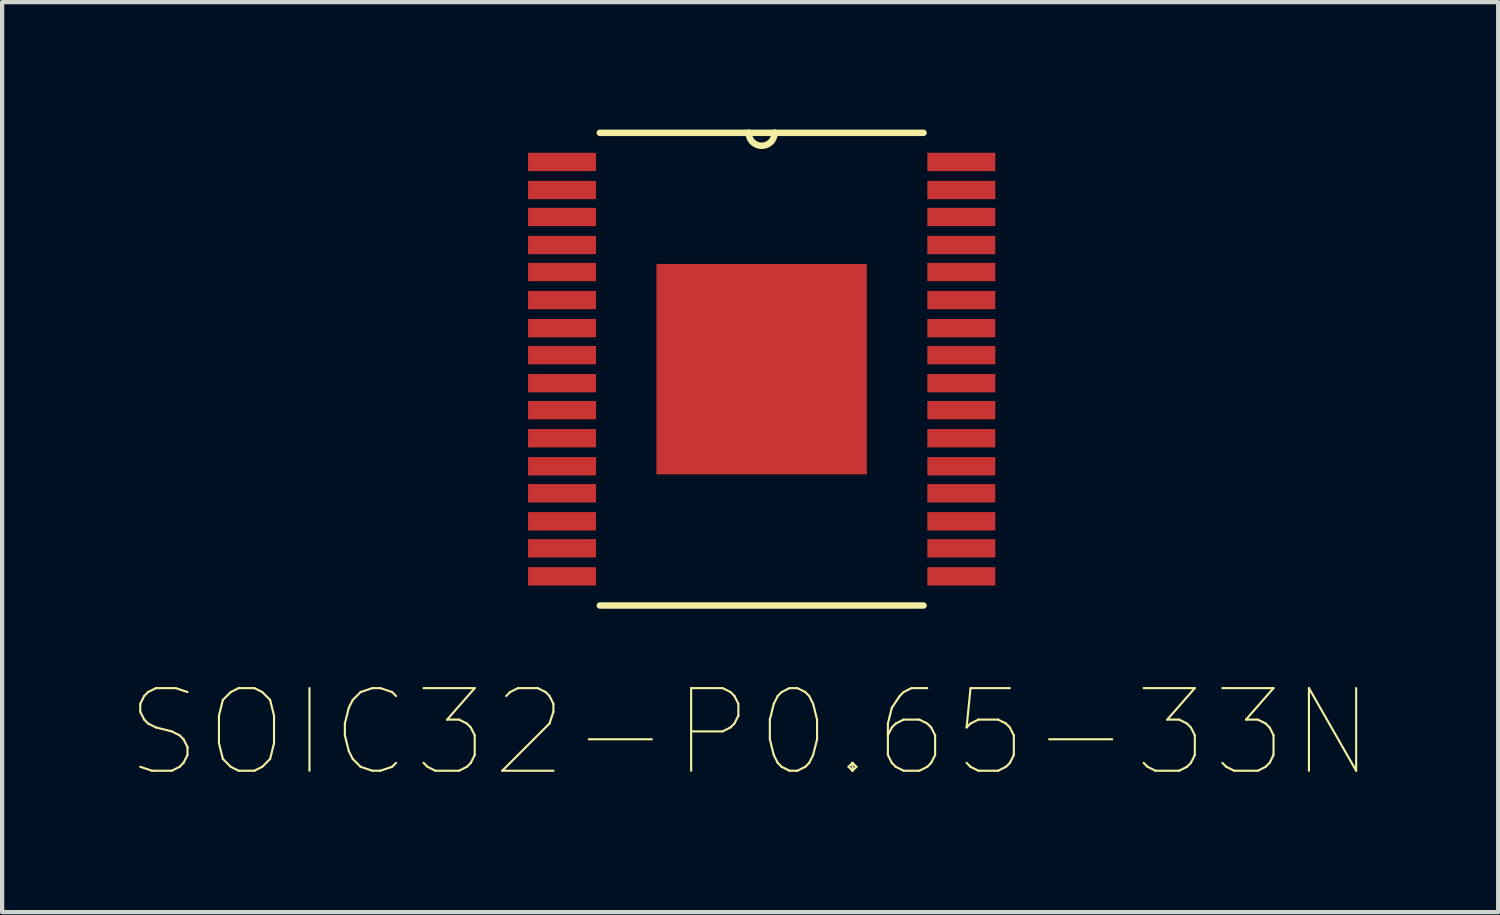
<source format=kicad_pcb>
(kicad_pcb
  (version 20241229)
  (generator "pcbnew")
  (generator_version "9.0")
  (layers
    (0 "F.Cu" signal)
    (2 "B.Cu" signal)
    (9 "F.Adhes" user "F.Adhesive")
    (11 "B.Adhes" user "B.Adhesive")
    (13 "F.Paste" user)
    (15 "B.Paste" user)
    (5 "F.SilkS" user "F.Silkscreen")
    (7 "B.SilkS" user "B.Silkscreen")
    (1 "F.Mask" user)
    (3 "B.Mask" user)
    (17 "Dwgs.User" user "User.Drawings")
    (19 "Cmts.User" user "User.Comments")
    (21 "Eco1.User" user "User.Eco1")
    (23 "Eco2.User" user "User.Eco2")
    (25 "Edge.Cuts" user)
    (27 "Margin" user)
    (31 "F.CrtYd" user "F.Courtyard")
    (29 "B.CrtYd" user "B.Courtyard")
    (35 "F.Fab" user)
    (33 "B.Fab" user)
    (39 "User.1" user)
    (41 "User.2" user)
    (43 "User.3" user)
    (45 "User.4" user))
  (footprint "SOIC32-P0.65-33N"
    (layer "F.Cu")
    (at 14.878 5.639)
    (property "Reference" "SOIC32-P0.65-33N" (at -0.271 8.555 0) (layer "F.SilkS") (effects (font (size 1.945 1.945) (thickness 0.05))))
    (attr smd)
    (fp_line (start -3.81 5.563) (end 3.81 5.563) (stroke (width 0.152) (type solid)) (layer "F.SilkS"))
    (fp_line (start -0.305 -5.563) (end -3.81 -5.563) (stroke (width 0.152) (type solid)) (layer "F.SilkS"))
    (fp_line (start 0.305 -5.563) (end -0.305 -5.563) (stroke (width 0.152) (type solid)) (layer "F.SilkS"))
    (fp_line (start 3.81 -5.563) (end 0.305 -5.563) (stroke (width 0.152) (type solid)) (layer "F.SilkS"))
    (fp_arc (start 0.3048 -5.5626) (mid 0 -5.2578) (end -0.3048 -5.5626) (stroke (width 0.1524) (type solid)) (layer "F.SilkS"))
    (fp_line (start -5.156 -5.055) (end -5.156 -4.674) (stroke (width 0.1) (type solid)) (layer "Eco2.User"))
    (fp_line (start -5.156 -4.674) (end -3.81 -4.674) (stroke (width 0.1) (type solid)) (layer "Eco2.User"))
    (fp_line (start -5.156 -4.42) (end -5.156 -4.039) (stroke (width 0.1) (type solid)) (layer "Eco2.User"))
    (fp_line (start -5.156 -4.039) (end -3.81 -4.039) (stroke (width 0.1) (type solid)) (layer "Eco2.User"))
    (fp_line (start -5.156 -3.759) (end -5.156 -3.378) (stroke (width 0.1) (type solid)) (layer "Eco2.User"))
    (fp_line (start -5.156 -3.378) (end -3.81 -3.378) (stroke (width 0.1) (type solid)) (layer "Eco2.User"))
    (fp_line (start -5.156 -3.124) (end -5.156 -2.743) (stroke (width 0.1) (type solid)) (layer "Eco2.User"))
    (fp_line (start -5.156 -2.743) (end -3.81 -2.743) (stroke (width 0.1) (type solid)) (layer "Eco2.User"))
    (fp_line (start -5.156 -2.464) (end -5.156 -2.083) (stroke (width 0.1) (type solid)) (layer "Eco2.User"))
    (fp_line (start -5.156 -2.083) (end -3.81 -2.083) (stroke (width 0.1) (type solid)) (layer "Eco2.User"))
    (fp_line (start -5.156 -1.803) (end -5.156 -1.422) (stroke (width 0.1) (type solid)) (layer "Eco2.User"))
    (fp_line (start -5.156 -1.422) (end -3.81 -1.422) (stroke (width 0.1) (type solid)) (layer "Eco2.User"))
    (fp_line (start -5.156 -1.168) (end -5.156 -0.787) (stroke (width 0.1) (type solid)) (layer "Eco2.User"))
    (fp_line (start -5.156 -0.787) (end -3.81 -0.787) (stroke (width 0.1) (type solid)) (layer "Eco2.User"))
    (fp_line (start -5.156 -0.508) (end -5.156 -0.127) (stroke (width 0.1) (type solid)) (layer "Eco2.User"))
    (fp_line (start -5.156 -0.127) (end -3.81 -0.127) (stroke (width 0.1) (type solid)) (layer "Eco2.User"))
    (fp_line (start -5.156 0.127) (end -5.156 0.508) (stroke (width 0.1) (type solid)) (layer "Eco2.User"))
    (fp_line (start -5.156 0.508) (end -3.81 0.508) (stroke (width 0.1) (type solid)) (layer "Eco2.User"))
    (fp_line (start -5.156 0.787) (end -5.156 1.168) (stroke (width 0.1) (type solid)) (layer "Eco2.User"))
    (fp_line (start -5.156 1.168) (end -3.81 1.168) (stroke (width 0.1) (type solid)) (layer "Eco2.User"))
    (fp_line (start -5.156 1.422) (end -5.156 1.803) (stroke (width 0.1) (type solid)) (layer "Eco2.User"))
    (fp_line (start -5.156 1.803) (end -3.81 1.803) (stroke (width 0.1) (type solid)) (layer "Eco2.User"))
    (fp_line (start -5.156 2.083) (end -5.156 2.464) (stroke (width 0.1) (type solid)) (layer "Eco2.User"))
    (fp_line (start -5.156 2.464) (end -3.81 2.464) (stroke (width 0.1) (type solid)) (layer "Eco2.User"))
    (fp_line (start -5.156 2.743) (end -5.156 3.124) (stroke (width 0.1) (type solid)) (layer "Eco2.User"))
    (fp_line (start -5.156 3.124) (end -3.81 3.124) (stroke (width 0.1) (type solid)) (layer "Eco2.User"))
    (fp_line (start -5.156 3.378) (end -5.156 3.759) (stroke (width 0.1) (type solid)) (layer "Eco2.User"))
    (fp_line (start -5.156 3.759) (end -3.81 3.759) (stroke (width 0.1) (type solid)) (layer "Eco2.User"))
    (fp_line (start -5.156 4.039) (end -5.156 4.42) (stroke (width 0.1) (type solid)) (layer "Eco2.User"))
    (fp_line (start -5.156 4.42) (end -3.81 4.42) (stroke (width 0.1) (type solid)) (layer "Eco2.User"))
    (fp_line (start -5.156 4.674) (end -5.156 5.055) (stroke (width 0.1) (type solid)) (layer "Eco2.User"))
    (fp_line (start -5.156 5.055) (end -3.81 5.055) (stroke (width 0.1) (type solid)) (layer "Eco2.User"))
    (fp_line (start -3.81 -5.563) (end -3.81 5.563) (stroke (width 0.1) (type solid)) (layer "Eco2.User"))
    (fp_line (start -3.81 -5.055) (end -5.156 -5.055) (stroke (width 0.1) (type solid)) (layer "Eco2.User"))
    (fp_line (start -3.81 -4.674) (end -3.81 -5.055) (stroke (width 0.1) (type solid)) (layer "Eco2.User"))
    (fp_line (start -3.81 -4.42) (end -5.156 -4.42) (stroke (width 0.1) (type solid)) (layer "Eco2.User"))
    (fp_line (start -3.81 -4.039) (end -3.81 -4.42) (stroke (width 0.1) (type solid)) (layer "Eco2.User"))
    (fp_line (start -3.81 -3.759) (end -5.156 -3.759) (stroke (width 0.1) (type solid)) (layer "Eco2.User"))
    (fp_line (start -3.81 -3.378) (end -3.81 -3.759) (stroke (width 0.1) (type solid)) (layer "Eco2.User"))
    (fp_line (start -3.81 -3.124) (end -5.156 -3.124) (stroke (width 0.1) (type solid)) (layer "Eco2.User"))
    (fp_line (start -3.81 -2.743) (end -3.81 -3.124) (stroke (width 0.1) (type solid)) (layer "Eco2.User"))
    (fp_line (start -3.81 -2.464) (end -5.156 -2.464) (stroke (width 0.1) (type solid)) (layer "Eco2.User"))
    (fp_line (start -3.81 -2.083) (end -3.81 -2.464) (stroke (width 0.1) (type solid)) (layer "Eco2.User"))
    (fp_line (start -3.81 -1.803) (end -5.156 -1.803) (stroke (width 0.1) (type solid)) (layer "Eco2.User"))
    (fp_line (start -3.81 -1.422) (end -3.81 -1.803) (stroke (width 0.1) (type solid)) (layer "Eco2.User"))
    (fp_line (start -3.81 -1.168) (end -5.156 -1.168) (stroke (width 0.1) (type solid)) (layer "Eco2.User"))
    (fp_line (start -3.81 -0.787) (end -3.81 -1.168) (stroke (width 0.1) (type solid)) (layer "Eco2.User"))
    (fp_line (start -3.81 -0.508) (end -5.156 -0.508) (stroke (width 0.1) (type solid)) (layer "Eco2.User"))
    (fp_line (start -3.81 -0.127) (end -3.81 -0.508) (stroke (width 0.1) (type solid)) (layer "Eco2.User"))
    (fp_line (start -3.81 0.127) (end -5.156 0.127) (stroke (width 0.1) (type solid)) (layer "Eco2.User"))
    (fp_line (start -3.81 0.508) (end -3.81 0.127) (stroke (width 0.1) (type solid)) (layer "Eco2.User"))
    (fp_line (start -3.81 0.787) (end -5.156 0.787) (stroke (width 0.1) (type solid)) (layer "Eco2.User"))
    (fp_line (start -3.81 1.168) (end -3.81 0.787) (stroke (width 0.1) (type solid)) (layer "Eco2.User"))
    (fp_line (start -3.81 1.422) (end -5.156 1.422) (stroke (width 0.1) (type solid)) (layer "Eco2.User"))
    (fp_line (start -3.81 1.803) (end -3.81 1.422) (stroke (width 0.1) (type solid)) (layer "Eco2.User"))
    (fp_line (start -3.81 2.083) (end -5.156 2.083) (stroke (width 0.1) (type solid)) (layer "Eco2.User"))
    (fp_line (start -3.81 2.464) (end -3.81 2.083) (stroke (width 0.1) (type solid)) (layer "Eco2.User"))
    (fp_line (start -3.81 2.743) (end -5.156 2.743) (stroke (width 0.1) (type solid)) (layer "Eco2.User"))
    (fp_line (start -3.81 3.124) (end -3.81 2.743) (stroke (width 0.1) (type solid)) (layer "Eco2.User"))
    (fp_line (start -3.81 3.378) (end -5.156 3.378) (stroke (width 0.1) (type solid)) (layer "Eco2.User"))
    (fp_line (start -3.81 3.759) (end -3.81 3.378) (stroke (width 0.1) (type solid)) (layer "Eco2.User"))
    (fp_line (start -3.81 4.039) (end -5.156 4.039) (stroke (width 0.1) (type solid)) (layer "Eco2.User"))
    (fp_line (start -3.81 4.42) (end -3.81 4.039) (stroke (width 0.1) (type solid)) (layer "Eco2.User"))
    (fp_line (start -3.81 4.674) (end -5.156 4.674) (stroke (width 0.1) (type solid)) (layer "Eco2.User"))
    (fp_line (start -3.81 5.055) (end -3.81 4.674) (stroke (width 0.1) (type solid)) (layer "Eco2.User"))
    (fp_line (start -3.81 5.563) (end 3.81 5.563) (stroke (width 0.1) (type solid)) (layer "Eco2.User"))
    (fp_line (start -0.305 -5.563) (end -3.81 -5.563) (stroke (width 0.1) (type solid)) (layer "Eco2.User"))
    (fp_line (start 0.305 -5.563) (end -0.305 -5.563) (stroke (width 0.1) (type solid)) (layer "Eco2.User"))
    (fp_line (start 3.81 -5.563) (end 0.305 -5.563) (stroke (width 0.1) (type solid)) (layer "Eco2.User"))
    (fp_line (start 3.81 -5.055) (end 3.81 -4.674) (stroke (width 0.1) (type solid)) (layer "Eco2.User"))
    (fp_line (start 3.81 -4.674) (end 5.156 -4.674) (stroke (width 0.1) (type solid)) (layer "Eco2.User"))
    (fp_line (start 3.81 -4.42) (end 3.81 -4.039) (stroke (width 0.1) (type solid)) (layer "Eco2.User"))
    (fp_line (start 3.81 -4.039) (end 5.156 -4.039) (stroke (width 0.1) (type solid)) (layer "Eco2.User"))
    (fp_line (start 3.81 -3.759) (end 3.81 -3.378) (stroke (width 0.1) (type solid)) (layer "Eco2.User"))
    (fp_line (start 3.81 -3.378) (end 5.156 -3.378) (stroke (width 0.1) (type solid)) (layer "Eco2.User"))
    (fp_line (start 3.81 -3.124) (end 3.81 -2.743) (stroke (width 0.1) (type solid)) (layer "Eco2.User"))
    (fp_line (start 3.81 -2.743) (end 5.156 -2.743) (stroke (width 0.1) (type solid)) (layer "Eco2.User"))
    (fp_line (start 3.81 -2.464) (end 3.81 -2.083) (stroke (width 0.1) (type solid)) (layer "Eco2.User"))
    (fp_line (start 3.81 -2.083) (end 5.156 -2.083) (stroke (width 0.1) (type solid)) (layer "Eco2.User"))
    (fp_line (start 3.81 -1.803) (end 3.81 -1.422) (stroke (width 0.1) (type solid)) (layer "Eco2.User"))
    (fp_line (start 3.81 -1.422) (end 5.156 -1.422) (stroke (width 0.1) (type solid)) (layer "Eco2.User"))
    (fp_line (start 3.81 -1.168) (end 3.81 -0.787) (stroke (width 0.1) (type solid)) (layer "Eco2.User"))
    (fp_line (start 3.81 -0.787) (end 5.156 -0.787) (stroke (width 0.1) (type solid)) (layer "Eco2.User"))
    (fp_line (start 3.81 -0.508) (end 3.81 -0.127) (stroke (width 0.1) (type solid)) (layer "Eco2.User"))
    (fp_line (start 3.81 -0.127) (end 5.156 -0.127) (stroke (width 0.1) (type solid)) (layer "Eco2.User"))
    (fp_line (start 3.81 0.127) (end 3.81 0.508) (stroke (width 0.1) (type solid)) (layer "Eco2.User"))
    (fp_line (start 3.81 0.508) (end 5.156 0.508) (stroke (width 0.1) (type solid)) (layer "Eco2.User"))
    (fp_line (start 3.81 0.787) (end 3.81 1.168) (stroke (width 0.1) (type solid)) (layer "Eco2.User"))
    (fp_line (start 3.81 1.168) (end 5.156 1.168) (stroke (width 0.1) (type solid)) (layer "Eco2.User"))
    (fp_line (start 3.81 1.422) (end 3.81 1.803) (stroke (width 0.1) (type solid)) (layer "Eco2.User"))
    (fp_line (start 3.81 1.803) (end 5.156 1.803) (stroke (width 0.1) (type solid)) (layer "Eco2.User"))
    (fp_line (start 3.81 2.083) (end 3.81 2.464) (stroke (width 0.1) (type solid)) (layer "Eco2.User"))
    (fp_line (start 3.81 2.464) (end 5.156 2.464) (stroke (width 0.1) (type solid)) (layer "Eco2.User"))
    (fp_line (start 3.81 2.743) (end 3.81 3.124) (stroke (width 0.1) (type solid)) (layer "Eco2.User"))
    (fp_line (start 3.81 3.124) (end 5.156 3.124) (stroke (width 0.1) (type solid)) (layer "Eco2.User"))
    (fp_line (start 3.81 3.378) (end 3.81 3.759) (stroke (width 0.1) (type solid)) (layer "Eco2.User"))
    (fp_line (start 3.81 3.759) (end 5.156 3.759) (stroke (width 0.1) (type solid)) (layer "Eco2.User"))
    (fp_line (start 3.81 4.039) (end 3.81 4.42) (stroke (width 0.1) (type solid)) (layer "Eco2.User"))
    (fp_line (start 3.81 4.42) (end 5.156 4.42) (stroke (width 0.1) (type solid)) (layer "Eco2.User"))
    (fp_line (start 3.81 4.674) (end 3.81 5.055) (stroke (width 0.1) (type solid)) (layer "Eco2.User"))
    (fp_line (start 3.81 5.055) (end 5.156 5.055) (stroke (width 0.1) (type solid)) (layer "Eco2.User"))
    (fp_line (start 3.81 5.563) (end 3.81 -5.563) (stroke (width 0.1) (type solid)) (layer "Eco2.User"))
    (fp_line (start 5.156 -5.055) (end 3.81 -5.055) (stroke (width 0.1) (type solid)) (layer "Eco2.User"))
    (fp_line (start 5.156 -4.674) (end 5.156 -5.055) (stroke (width 0.1) (type solid)) (layer "Eco2.User"))
    (fp_line (start 5.156 -4.42) (end 3.81 -4.42) (stroke (width 0.1) (type solid)) (layer "Eco2.User"))
    (fp_line (start 5.156 -4.039) (end 5.156 -4.42) (stroke (width 0.1) (type solid)) (layer "Eco2.User"))
    (fp_line (start 5.156 -3.759) (end 3.81 -3.759) (stroke (width 0.1) (type solid)) (layer "Eco2.User"))
    (fp_line (start 5.156 -3.378) (end 5.156 -3.759) (stroke (width 0.1) (type solid)) (layer "Eco2.User"))
    (fp_line (start 5.156 -3.124) (end 3.81 -3.124) (stroke (width 0.1) (type solid)) (layer "Eco2.User"))
    (fp_line (start 5.156 -2.743) (end 5.156 -3.124) (stroke (width 0.1) (type solid)) (layer "Eco2.User"))
    (fp_line (start 5.156 -2.464) (end 3.81 -2.464) (stroke (width 0.1) (type solid)) (layer "Eco2.User"))
    (fp_line (start 5.156 -2.083) (end 5.156 -2.464) (stroke (width 0.1) (type solid)) (layer "Eco2.User"))
    (fp_line (start 5.156 -1.803) (end 3.81 -1.803) (stroke (width 0.1) (type solid)) (layer "Eco2.User"))
    (fp_line (start 5.156 -1.422) (end 5.156 -1.803) (stroke (width 0.1) (type solid)) (layer "Eco2.User"))
    (fp_line (start 5.156 -1.168) (end 3.81 -1.168) (stroke (width 0.1) (type solid)) (layer "Eco2.User"))
    (fp_line (start 5.156 -0.787) (end 5.156 -1.168) (stroke (width 0.1) (type solid)) (layer "Eco2.User"))
    (fp_line (start 5.156 -0.508) (end 3.81 -0.508) (stroke (width 0.1) (type solid)) (layer "Eco2.User"))
    (fp_line (start 5.156 -0.127) (end 5.156 -0.508) (stroke (width 0.1) (type solid)) (layer "Eco2.User"))
    (fp_line (start 5.156 0.127) (end 3.81 0.127) (stroke (width 0.1) (type solid)) (layer "Eco2.User"))
    (fp_line (start 5.156 0.508) (end 5.156 0.127) (stroke (width 0.1) (type solid)) (layer "Eco2.User"))
    (fp_line (start 5.156 0.787) (end 3.81 0.787) (stroke (width 0.1) (type solid)) (layer "Eco2.User"))
    (fp_line (start 5.156 1.168) (end 5.156 0.787) (stroke (width 0.1) (type solid)) (layer "Eco2.User"))
    (fp_line (start 5.156 1.422) (end 3.81 1.422) (stroke (width 0.1) (type solid)) (layer "Eco2.User"))
    (fp_line (start 5.156 1.803) (end 5.156 1.422) (stroke (width 0.1) (type solid)) (layer "Eco2.User"))
    (fp_line (start 5.156 2.083) (end 3.81 2.083) (stroke (width 0.1) (type solid)) (layer "Eco2.User"))
    (fp_line (start 5.156 2.464) (end 5.156 2.083) (stroke (width 0.1) (type solid)) (layer "Eco2.User"))
    (fp_line (start 5.156 2.743) (end 3.81 2.743) (stroke (width 0.1) (type solid)) (layer "Eco2.User"))
    (fp_line (start 5.156 3.124) (end 5.156 2.743) (stroke (width 0.1) (type solid)) (layer "Eco2.User"))
    (fp_line (start 5.156 3.378) (end 3.81 3.378) (stroke (width 0.1) (type solid)) (layer "Eco2.User"))
    (fp_line (start 5.156 3.759) (end 5.156 3.378) (stroke (width 0.1) (type solid)) (layer "Eco2.User"))
    (fp_line (start 5.156 4.039) (end 3.81 4.039) (stroke (width 0.1) (type solid)) (layer "Eco2.User"))
    (fp_line (start 5.156 4.42) (end 5.156 4.039) (stroke (width 0.1) (type solid)) (layer "Eco2.User"))
    (fp_line (start 5.156 4.674) (end 3.81 4.674) (stroke (width 0.1) (type solid)) (layer "Eco2.User"))
    (fp_line (start 5.156 5.055) (end 5.156 4.674) (stroke (width 0.1) (type solid)) (layer "Eco2.User"))
    (fp_arc (start 0.3048 -5.5626) (mid 0 -5.2578) (end -0.3048 -5.5626) (stroke (width 0.1) (type solid)) (layer "Eco2.User"))
    (pad "1" smd rect (at -4.699 -4.877) (size 1.6 0.432) (layers "F.Cu" "F.Mask" "F.Paste"))
    (pad "2" smd rect (at -4.699 -4.216) (size 1.6 0.432) (layers "F.Cu" "F.Mask" "F.Paste"))
    (pad "3" smd rect (at -4.699 -3.581) (size 1.6 0.432) (layers "F.Cu" "F.Mask" "F.Paste"))
    (pad "4" smd rect (at -4.699 -2.921) (size 1.6 0.432) (layers "F.Cu" "F.Mask" "F.Paste"))
    (pad "5" smd rect (at -4.699 -2.286) (size 1.6 0.432) (layers "F.Cu" "F.Mask" "F.Paste"))
    (pad "6" smd rect (at -4.699 -1.626) (size 1.6 0.432) (layers "F.Cu" "F.Mask" "F.Paste"))
    (pad "7" smd rect (at -4.699 -0.965) (size 1.6 0.432) (layers "F.Cu" "F.Mask" "F.Paste"))
    (pad "8" smd rect (at -4.699 -0.33) (size 1.6 0.432) (layers "F.Cu" "F.Mask" "F.Paste"))
    (pad "9" smd rect (at -4.699 0.33) (size 1.6 0.432) (layers "F.Cu" "F.Mask" "F.Paste"))
    (pad "10" smd rect (at -4.699 0.965) (size 1.6 0.432) (layers "F.Cu" "F.Mask" "F.Paste"))
    (pad "11" smd rect (at -4.699 1.626) (size 1.6 0.432) (layers "F.Cu" "F.Mask" "F.Paste"))
    (pad "12" smd rect (at -4.699 2.286) (size 1.6 0.432) (layers "F.Cu" "F.Mask" "F.Paste"))
    (pad "13" smd rect (at -4.699 2.921) (size 1.6 0.432) (layers "F.Cu" "F.Mask" "F.Paste"))
    (pad "14" smd rect (at -4.699 3.581) (size 1.6 0.432) (layers "F.Cu" "F.Mask" "F.Paste"))
    (pad "15" smd rect (at -4.699 4.216) (size 1.6 0.432) (layers "F.Cu" "F.Mask" "F.Paste"))
    (pad "16" smd rect (at -4.699 4.877) (size 1.6 0.432) (layers "F.Cu" "F.Mask" "F.Paste"))
    (pad "17" smd rect (at 4.699 4.877) (size 1.6 0.432) (layers "F.Cu" "F.Mask" "F.Paste"))
    (pad "18" smd rect (at 4.699 4.216) (size 1.6 0.432) (layers "F.Cu" "F.Mask" "F.Paste"))
    (pad "19" smd rect (at 4.699 3.581) (size 1.6 0.432) (layers "F.Cu" "F.Mask" "F.Paste"))
    (pad "20" smd rect (at 4.699 2.921) (size 1.6 0.432) (layers "F.Cu" "F.Mask" "F.Paste"))
    (pad "21" smd rect (at 4.699 2.286) (size 1.6 0.432) (layers "F.Cu" "F.Mask" "F.Paste"))
    (pad "22" smd rect (at 4.699 1.626) (size 1.6 0.432) (layers "F.Cu" "F.Mask" "F.Paste"))
    (pad "23" smd rect (at 4.699 0.965) (size 1.6 0.432) (layers "F.Cu" "F.Mask" "F.Paste"))
    (pad "24" smd rect (at 4.699 0.33) (size 1.6 0.432) (layers "F.Cu" "F.Mask" "F.Paste"))
    (pad "25" smd rect (at 4.699 -0.33) (size 1.6 0.432) (layers "F.Cu" "F.Mask" "F.Paste"))
    (pad "26" smd rect (at 4.699 -0.965) (size 1.6 0.432) (layers "F.Cu" "F.Mask" "F.Paste"))
    (pad "27" smd rect (at 4.699 -1.626) (size 1.6 0.432) (layers "F.Cu" "F.Mask" "F.Paste"))
    (pad "28" smd rect (at 4.699 -2.286) (size 1.6 0.432) (layers "F.Cu" "F.Mask" "F.Paste"))
    (pad "29" smd rect (at 4.699 -2.921) (size 1.6 0.432) (layers "F.Cu" "F.Mask" "F.Paste"))
    (pad "30" smd rect (at 4.699 -3.581) (size 1.6 0.432) (layers "F.Cu" "F.Mask" "F.Paste"))
    (pad "31" smd rect (at 4.699 -4.216) (size 1.6 0.432) (layers "F.Cu" "F.Mask" "F.Paste"))
    (pad "32" smd rect (at 4.699 -4.877) (size 1.6 0.432) (layers "F.Cu" "F.Mask" "F.Paste"))
    (pad "33" smd rect (at 0 0) (size 4.953 4.953) (layers "F.Cu" "F.Mask" "F.Paste")))
  (gr_rect
    (start -3 -3)
    (end 32.213 18.419)
    (stroke (width 0.1) (type default))
    (fill no)
    (layer "Edge.Cuts")))
</source>
